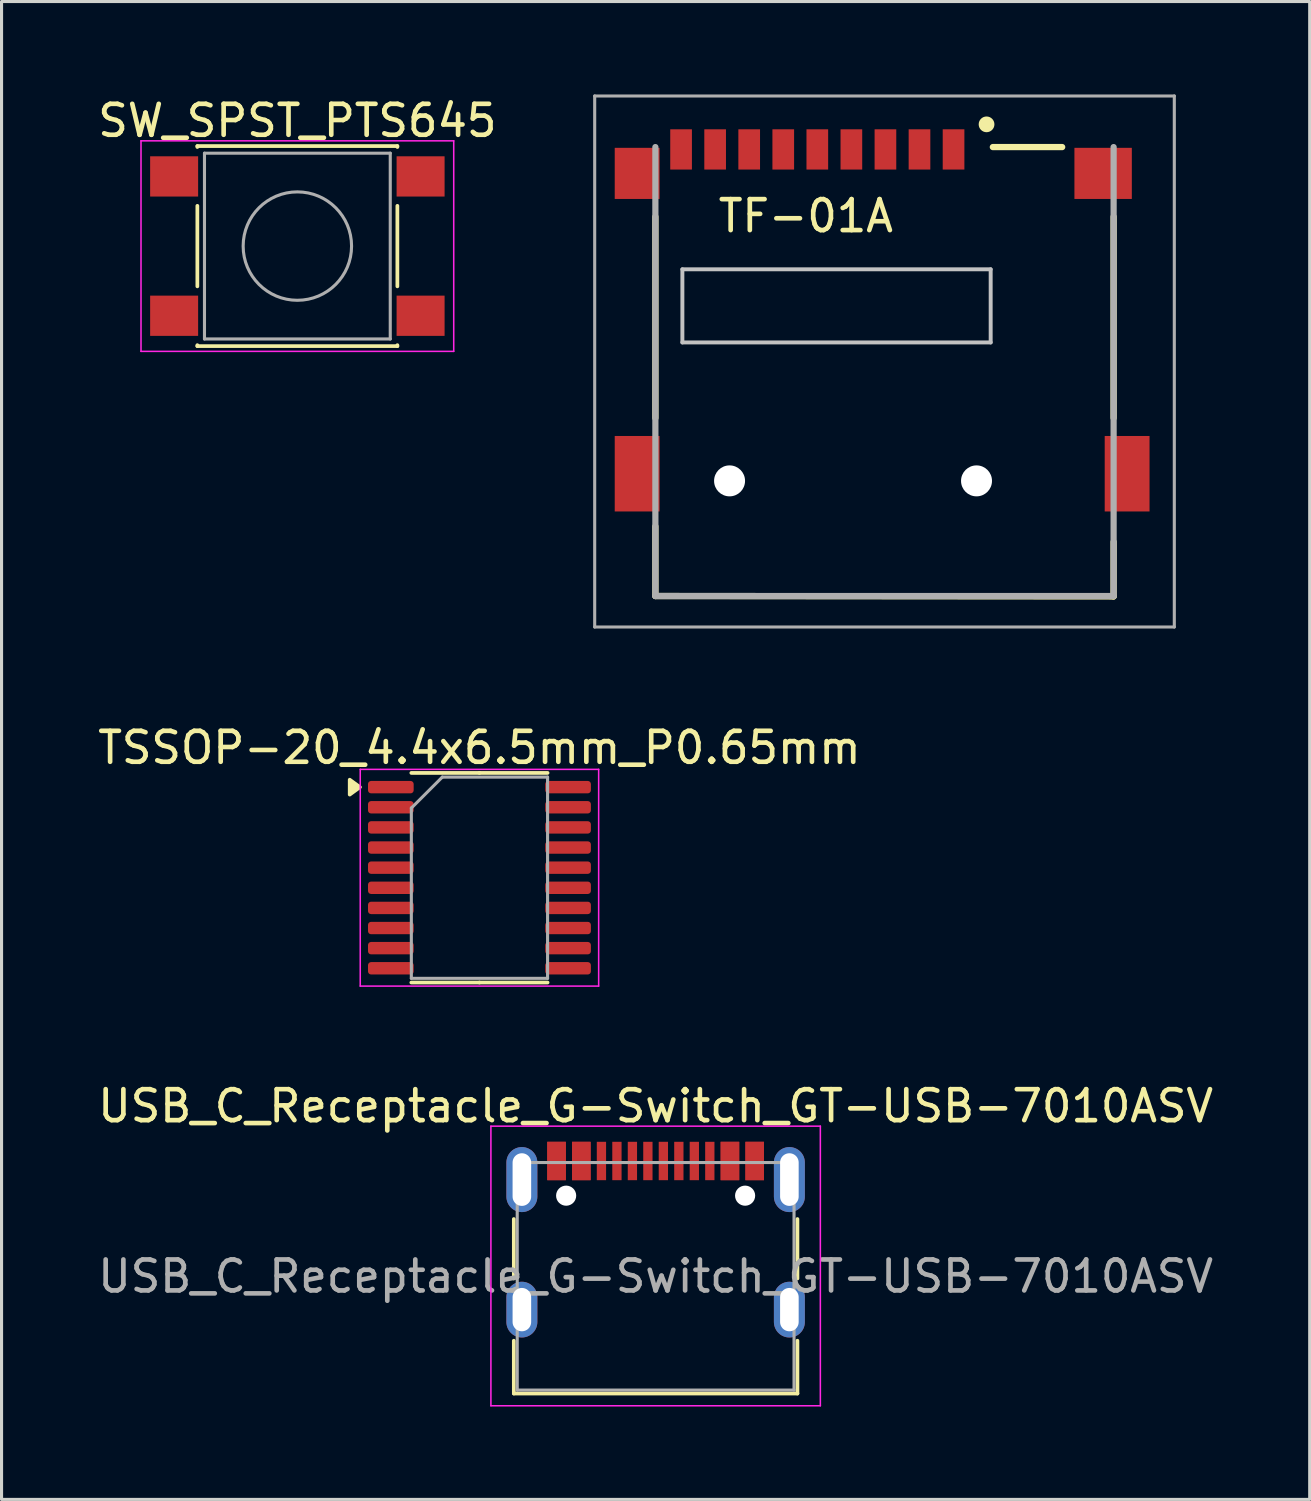
<source format=kicad_pcb>
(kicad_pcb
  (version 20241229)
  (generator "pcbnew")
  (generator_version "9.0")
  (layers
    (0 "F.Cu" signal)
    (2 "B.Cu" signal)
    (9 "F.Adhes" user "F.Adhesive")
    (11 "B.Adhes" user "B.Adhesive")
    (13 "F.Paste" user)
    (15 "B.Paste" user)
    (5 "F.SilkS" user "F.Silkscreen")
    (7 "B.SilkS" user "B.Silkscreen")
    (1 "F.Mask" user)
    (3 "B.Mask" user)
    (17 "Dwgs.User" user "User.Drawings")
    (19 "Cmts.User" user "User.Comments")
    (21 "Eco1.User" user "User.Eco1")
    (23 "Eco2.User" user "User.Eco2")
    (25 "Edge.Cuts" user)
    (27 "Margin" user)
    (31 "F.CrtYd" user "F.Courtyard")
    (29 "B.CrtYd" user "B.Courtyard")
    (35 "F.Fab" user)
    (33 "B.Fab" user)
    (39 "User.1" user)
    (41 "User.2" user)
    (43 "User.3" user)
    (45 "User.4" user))
  (footprint "TF-01A"
    (layer "F.Cu")
    (at 25.517 8.95)
    (property "Reference" "TF-01A" (at -2.54 -5.024 0) (layer "F.SilkS") (effects (font (size 1 1) (thickness 0.15))))
    (attr smd)
    (fp_line (start -7.4 -5) (end -7.4 1.5) (stroke (width 0.203) (type solid)) (layer "F.SilkS"))
    (fp_line (start -7.4 5) (end -7.399 7.25) (stroke (width 0.203) (type solid)) (layer "F.SilkS"))
    (fp_line (start -7.399 7.25) (end 7.399 7.263) (stroke (width 0.203) (type solid)) (layer "F.SilkS"))
    (fp_line (start 3.5 -7.25) (end 5.738 -7.25) (stroke (width 0.203) (type solid)) (layer "F.SilkS"))
    (fp_line (start 7.399 7.263) (end 7.4 5.5) (stroke (width 0.203) (type solid)) (layer "F.SilkS"))
    (fp_line (start 7.4 1.5) (end 7.4 -5) (stroke (width 0.203) (type solid)) (layer "F.SilkS"))
    (fp_circle (center 3.296 -7.984) (end 3.55 -7.984) (stroke (width 0) (type solid)) (fill yes) (layer "F.SilkS"))
    (fp_line (start -6.528 -3.302) (end -6.528 -0.94) (stroke (width 0.127) (type solid)) (layer "Dwgs.User"))
    (fp_line (start -6.528 -0.94) (end 3.429 -0.94) (stroke (width 0.127) (type solid)) (layer "Dwgs.User"))
    (fp_line (start 3.429 -3.302) (end -6.528 -3.302) (stroke (width 0.127) (type solid)) (layer "Dwgs.User"))
    (fp_line (start 3.429 -0.94) (end 3.429 -3.302) (stroke (width 0.127) (type solid)) (layer "Dwgs.User"))
    (fp_line (start -9.36 -8.9) (end 9.36 -8.9) (stroke (width 0.1) (type solid)) (layer "F.Fab"))
    (fp_line (start -9.36 8.25) (end -9.36 -8.9) (stroke (width 0.1) (type solid)) (layer "F.Fab"))
    (fp_line (start -7.4 7.25) (end -7.4 -7.25) (stroke (width 0.2) (type solid)) (layer "F.Fab"))
    (fp_line (start 7.4 -7.25) (end 7.4 7.25) (stroke (width 0.2) (type solid)) (layer "F.Fab"))
    (fp_line (start 7.4 7.25) (end -7.4 7.25) (stroke (width 0.2) (type solid)) (layer "F.Fab"))
    (fp_line (start 9.36 -8.9) (end 9.36 8.25) (stroke (width 0.1) (type solid)) (layer "F.Fab"))
    (fp_line (start 9.36 8.25) (end -9.36 8.25) (stroke (width 0.1) (type solid)) (layer "F.Fab"))
    (pad "" np_thru_hole circle (at -5.004 3.531) (size 1 1) (drill 1) (layers "*.Cu" "*.Mask"))
    (pad "" np_thru_hole circle (at 2.972 3.531) (size 1 1) (drill 1) (layers "*.Cu" "*.Mask"))
    (pad "1" smd rect (at 2.23 -7.174 90) (size 1.3 0.7) (layers "F.Cu" "F.Mask" "F.Paste"))
    (pad "2" smd rect (at 1.13 -7.174 90) (size 1.3 0.7) (layers "F.Cu" "F.Mask" "F.Paste"))
    (pad "3" smd rect (at 0.03 -7.174 90) (size 1.3 0.7) (layers "F.Cu" "F.Mask" "F.Paste"))
    (pad "4" smd rect (at -1.07 -7.174 90) (size 1.3 0.7) (layers "F.Cu" "F.Mask" "F.Paste"))
    (pad "5" smd rect (at -2.17 -7.174 90) (size 1.3 0.7) (layers "F.Cu" "F.Mask" "F.Paste"))
    (pad "6" smd rect (at -3.27 -7.174 90) (size 1.3 0.7) (layers "F.Cu" "F.Mask" "F.Paste"))
    (pad "7" smd rect (at -4.37 -7.174 90) (size 1.3 0.7) (layers "F.Cu" "F.Mask" "F.Paste"))
    (pad "8" smd rect (at -5.47 -7.174 90) (size 1.3 0.7) (layers "F.Cu" "F.Mask" "F.Paste"))
    (pad "CD1" smd rect (at -6.57 -7.174 90) (size 1.3 0.7) (layers "F.Cu" "F.Mask" "F.Paste"))
    (pad "MP1" smd rect (at -7.989 -6.4 90) (size 1.651 1.448) (layers "F.Cu" "F.Mask" "F.Paste"))
    (pad "MP2" smd rect (at -7.989 3.3 90) (size 2.438 1.448) (layers "F.Cu" "F.Mask" "F.Paste"))
    (pad "MP3" smd rect (at 7.836 3.3 90) (size 2.438 1.448) (layers "F.Cu" "F.Mask" "F.Paste"))
    (pad "MP4" smd rect (at 7.061 -6.4 90) (size 1.651 1.854) (layers "F.Cu" "F.Mask" "F.Paste")))
  (footprint "SW_SPST_PTS645"
    (layer "F.Cu")
    (at 6.554 4.898)
    (property "Reference" "SW_SPST_PTS645" (at 0 -4.05 0) (layer "F.SilkS") (effects (font (size 1 1) (thickness 0.15))))
    (attr smd)
    (fp_line (start -3.23 -3.23) (end 3.23 -3.23) (stroke (width 0.12) (type solid)) (layer "F.SilkS"))
    (fp_line (start -3.23 -3.2) (end -3.23 -3.23) (stroke (width 0.12) (type solid)) (layer "F.SilkS"))
    (fp_line (start -3.23 -1.3) (end -3.23 1.3) (stroke (width 0.12) (type solid)) (layer "F.SilkS"))
    (fp_line (start -3.23 3.23) (end -3.23 3.2) (stroke (width 0.12) (type solid)) (layer "F.SilkS"))
    (fp_line (start -3.23 3.23) (end 3.23 3.23) (stroke (width 0.12) (type solid)) (layer "F.SilkS"))
    (fp_line (start 3.23 -3.23) (end 3.23 -3.2) (stroke (width 0.12) (type solid)) (layer "F.SilkS"))
    (fp_line (start 3.23 -1.3) (end 3.23 1.3) (stroke (width 0.12) (type solid)) (layer "F.SilkS"))
    (fp_line (start 3.23 3.23) (end 3.23 3.2) (stroke (width 0.12) (type solid)) (layer "F.SilkS"))
    (fp_line (start -5.05 -3.4) (end -5.05 3.4) (stroke (width 0.05) (type solid)) (layer "F.CrtYd"))
    (fp_line (start -5.05 -3.4) (end 5.05 -3.4) (stroke (width 0.05) (type solid)) (layer "F.CrtYd"))
    (fp_line (start -5.05 3.4) (end 5.05 3.4) (stroke (width 0.05) (type solid)) (layer "F.CrtYd"))
    (fp_line (start 5.05 3.4) (end 5.05 -3.4) (stroke (width 0.05) (type solid)) (layer "F.CrtYd"))
    (fp_line (start -3 -3) (end -3 3) (stroke (width 0.1) (type solid)) (layer "F.Fab"))
    (fp_line (start -3 3) (end 3 3) (stroke (width 0.1) (type solid)) (layer "F.Fab"))
    (fp_line (start 3 -3) (end -3 -3) (stroke (width 0.1) (type solid)) (layer "F.Fab"))
    (fp_line (start 3 3) (end 3 -3) (stroke (width 0.1) (type solid)) (layer "F.Fab"))
    (fp_circle (center 0 0) (end 1.75 -0.05) (stroke (width 0.1) (type solid)) (fill no) (layer "F.Fab"))
    (pad "1" smd rect (at -3.98 -2.25 180) (size 1.55 1.3) (layers "F.Cu" "F.Mask" "F.Paste"))
    (pad "1" smd rect (at 3.98 -2.25 180) (size 1.55 1.3) (layers "F.Cu" "F.Mask" "F.Paste"))
    (pad "2" smd rect (at -3.98 2.25 180) (size 1.55 1.3) (layers "F.Cu" "F.Mask" "F.Paste"))
    (pad "2" smd rect (at 3.98 2.25 180) (size 1.55 1.3) (layers "F.Cu" "F.Mask" "F.Paste")))
  (footprint "TSSOP-20_4.4x6.5mm_P0.65mm"
    (layer "F.Cu")
    (at 12.435 25.298)
    (property "Reference" "TSSOP-20_4.4x6.5mm_P0.65mm" (at 0 -4.2 0) (layer "F.SilkS") (effects (font (size 1 1) (thickness 0.15))))
    (attr smd)
    (fp_line (start 0 -3.385) (end -2.2 -3.385) (stroke (width 0.12) (type solid)) (layer "F.SilkS"))
    (fp_line (start 0 -3.385) (end 2.2 -3.385) (stroke (width 0.12) (type solid)) (layer "F.SilkS"))
    (fp_line (start 0 3.385) (end -2.2 3.385) (stroke (width 0.12) (type solid)) (layer "F.SilkS"))
    (fp_line (start 0 3.385) (end 2.2 3.385) (stroke (width 0.12) (type solid)) (layer "F.SilkS"))
    (fp_poly (pts (xy -3.86 -2.925) (xy -4.19 -3.165) (xy -4.19 -2.685) (xy -3.86 -2.925)) (stroke (width 0.12) (type solid)) (fill yes) (layer "F.SilkS"))
    (fp_line (start -3.85 -3.5) (end -3.85 3.5) (stroke (width 0.05) (type solid)) (layer "F.CrtYd"))
    (fp_line (start -3.85 3.5) (end 3.85 3.5) (stroke (width 0.05) (type solid)) (layer "F.CrtYd"))
    (fp_line (start 3.85 -3.5) (end -3.85 -3.5) (stroke (width 0.05) (type solid)) (layer "F.CrtYd"))
    (fp_line (start 3.85 3.5) (end 3.85 -3.5) (stroke (width 0.05) (type solid)) (layer "F.CrtYd"))
    (fp_line (start -2.2 -2.25) (end -1.2 -3.25) (stroke (width 0.1) (type solid)) (layer "F.Fab"))
    (fp_line (start -2.2 3.25) (end -2.2 -2.25) (stroke (width 0.1) (type solid)) (layer "F.Fab"))
    (fp_line (start -1.2 -3.25) (end 2.2 -3.25) (stroke (width 0.1) (type solid)) (layer "F.Fab"))
    (fp_line (start 2.2 -3.25) (end 2.2 3.25) (stroke (width 0.1) (type solid)) (layer "F.Fab"))
    (fp_line (start 2.2 3.25) (end -2.2 3.25) (stroke (width 0.1) (type solid)) (layer "F.Fab"))
    (pad "1" smd roundrect (at -2.862 -2.925) (size 1.475 0.4) (layers "F.Cu" "F.Mask" "F.Paste") (roundrect_rratio 0.25))
    (pad "2" smd roundrect (at -2.862 -2.275) (size 1.475 0.4) (layers "F.Cu" "F.Mask" "F.Paste") (roundrect_rratio 0.25))
    (pad "3" smd roundrect (at -2.862 -1.625) (size 1.475 0.4) (layers "F.Cu" "F.Mask" "F.Paste") (roundrect_rratio 0.25))
    (pad "4" smd roundrect (at -2.862 -0.975) (size 1.475 0.4) (layers "F.Cu" "F.Mask" "F.Paste") (roundrect_rratio 0.25))
    (pad "5" smd roundrect (at -2.862 -0.325) (size 1.475 0.4) (layers "F.Cu" "F.Mask" "F.Paste") (roundrect_rratio 0.25))
    (pad "6" smd roundrect (at -2.862 0.325) (size 1.475 0.4) (layers "F.Cu" "F.Mask" "F.Paste") (roundrect_rratio 0.25))
    (pad "7" smd roundrect (at -2.862 0.975) (size 1.475 0.4) (layers "F.Cu" "F.Mask" "F.Paste") (roundrect_rratio 0.25))
    (pad "8" smd roundrect (at -2.862 1.625) (size 1.475 0.4) (layers "F.Cu" "F.Mask" "F.Paste") (roundrect_rratio 0.25))
    (pad "9" smd roundrect (at -2.862 2.275) (size 1.475 0.4) (layers "F.Cu" "F.Mask" "F.Paste") (roundrect_rratio 0.25))
    (pad "10" smd roundrect (at -2.862 2.925) (size 1.475 0.4) (layers "F.Cu" "F.Mask" "F.Paste") (roundrect_rratio 0.25))
    (pad "11" smd roundrect (at 2.862 2.925) (size 1.475 0.4) (layers "F.Cu" "F.Mask" "F.Paste") (roundrect_rratio 0.25))
    (pad "12" smd roundrect (at 2.862 2.275) (size 1.475 0.4) (layers "F.Cu" "F.Mask" "F.Paste") (roundrect_rratio 0.25))
    (pad "13" smd roundrect (at 2.862 1.625) (size 1.475 0.4) (layers "F.Cu" "F.Mask" "F.Paste") (roundrect_rratio 0.25))
    (pad "14" smd roundrect (at 2.862 0.975) (size 1.475 0.4) (layers "F.Cu" "F.Mask" "F.Paste") (roundrect_rratio 0.25))
    (pad "15" smd roundrect (at 2.862 0.325) (size 1.475 0.4) (layers "F.Cu" "F.Mask" "F.Paste") (roundrect_rratio 0.25))
    (pad "16" smd roundrect (at 2.862 -0.325) (size 1.475 0.4) (layers "F.Cu" "F.Mask" "F.Paste") (roundrect_rratio 0.25))
    (pad "17" smd roundrect (at 2.862 -0.975) (size 1.475 0.4) (layers "F.Cu" "F.Mask" "F.Paste") (roundrect_rratio 0.25))
    (pad "18" smd roundrect (at 2.862 -1.625) (size 1.475 0.4) (layers "F.Cu" "F.Mask" "F.Paste") (roundrect_rratio 0.25))
    (pad "19" smd roundrect (at 2.862 -2.275) (size 1.475 0.4) (layers "F.Cu" "F.Mask" "F.Paste") (roundrect_rratio 0.25))
    (pad "20" smd roundrect (at 2.862 -2.925) (size 1.475 0.4) (layers "F.Cu" "F.Mask" "F.Paste") (roundrect_rratio 0.25)))
  (footprint "USB_C_Receptacle_G-Switch_GT-USB-7010ASV"
    (layer "F.Cu")
    (at 18.125 38.172)
    (property "Reference" "USB_C_Receptacle_G-Switch_GT-USB-7010ASV" (at 0 -5.5 0) (layer "F.SilkS") (effects (font (size 1 1) (thickness 0.15))))
    (attr smd)
    (fp_line (start -4.58 -1.85) (end -4.58 0.07) (stroke (width 0.12) (type solid)) (layer "F.SilkS"))
    (fp_line (start -4.58 3.785) (end -4.58 2.08) (stroke (width 0.12) (type solid)) (layer "F.SilkS"))
    (fp_line (start 4.58 0.07) (end 4.58 -1.85) (stroke (width 0.12) (type solid)) (layer "F.SilkS"))
    (fp_line (start 4.58 2.08) (end 4.58 3.785) (stroke (width 0.12) (type solid)) (layer "F.SilkS"))
    (fp_line (start 4.58 3.785) (end -4.58 3.785) (stroke (width 0.12) (type solid)) (layer "F.SilkS"))
    (fp_line (start -5.32 -4.85) (end 5.32 -4.85) (stroke (width 0.05) (type solid)) (layer "F.CrtYd"))
    (fp_line (start -5.32 4.18) (end -5.32 -4.85) (stroke (width 0.05) (type solid)) (layer "F.CrtYd"))
    (fp_line (start 5.32 -4.85) (end 5.32 4.18) (stroke (width 0.05) (type solid)) (layer "F.CrtYd"))
    (fp_line (start 5.32 4.18) (end -5.32 4.18) (stroke (width 0.05) (type solid)) (layer "F.CrtYd"))
    (fp_line (start -4.47 -3.675) (end -4.47 3.675) (stroke (width 0.1) (type solid)) (layer "F.Fab"))
    (fp_line (start -4.47 -3.675) (end 4.47 -3.675) (stroke (width 0.1) (type solid)) (layer "F.Fab"))
    (fp_line (start -4.47 3.675) (end 4.47 3.675) (stroke (width 0.1) (type solid)) (layer "F.Fab"))
    (fp_line (start 4.47 3.675) (end 4.47 -3.675) (stroke (width 0.1) (type solid)) (layer "F.Fab"))
    (fp_text user "${REFERENCE}" (at 0 0 0) (layer "F.Fab") (effects (font (size 1 1) (thickness 0.15))))
    (pad "" np_thru_hole circle (at -2.89 -2.605) (size 0.65 0.65) (drill 0.65) (layers "*.Cu" "*.Mask"))
    (pad "" np_thru_hole circle (at 2.89 -2.605) (size 0.65 0.65) (drill 0.65) (layers "*.Cu" "*.Mask"))
    (pad "A1" smd rect (at -3.2 -3.725) (size 0.6 1.24) (layers "F.Cu" "F.Mask" "F.Paste"))
    (pad "A4" smd rect (at -2.4 -3.725) (size 0.6 1.24) (layers "F.Cu" "F.Mask" "F.Paste"))
    (pad "A5" smd rect (at -1.25 -3.725) (size 0.3 1.24) (layers "F.Cu" "F.Mask" "F.Paste"))
    (pad "A6" smd rect (at -0.25 -3.725) (size 0.3 1.24) (layers "F.Cu" "F.Mask" "F.Paste"))
    (pad "A7" smd rect (at 0.25 -3.725) (size 0.3 1.24) (layers "F.Cu" "F.Mask" "F.Paste"))
    (pad "A8" smd rect (at 1.25 -3.725) (size 0.3 1.24) (layers "F.Cu" "F.Mask" "F.Paste"))
    (pad "A9" smd rect (at 2.4 -3.725) (size 0.6 1.24) (layers "F.Cu" "F.Mask" "F.Paste"))
    (pad "A12" smd rect (at 3.2 -3.725) (size 0.6 1.24) (layers "F.Cu" "F.Mask" "F.Paste"))
    (pad "B1" smd rect (at 3.2 -3.725) (size 0.6 1.24) (layers "F.Cu" "F.Mask" "F.Paste"))
    (pad "B4" smd rect (at 2.4 -3.725) (size 0.6 1.24) (layers "F.Cu" "F.Mask" "F.Paste"))
    (pad "B5" smd rect (at 1.75 -3.725) (size 0.3 1.24) (layers "F.Cu" "F.Mask" "F.Paste"))
    (pad "B6" smd rect (at 0.75 -3.725) (size 0.3 1.24) (layers "F.Cu" "F.Mask" "F.Paste"))
    (pad "B7" smd rect (at -0.75 -3.725) (size 0.3 1.24) (layers "F.Cu" "F.Mask" "F.Paste"))
    (pad "B8" smd rect (at -1.75 -3.725) (size 0.3 1.24) (layers "F.Cu" "F.Mask" "F.Paste"))
    (pad "B9" smd rect (at -2.4 -3.725) (size 0.6 1.24) (layers "F.Cu" "F.Mask" "F.Paste"))
    (pad "B12" smd rect (at -3.2 -3.725) (size 0.6 1.24) (layers "F.Cu" "F.Mask" "F.Paste"))
    (pad "S1" thru_hole oval (at -4.32 -3.125) (size 1 2.1) (drill oval 0.6 1.7) (property pad_prop_heatsink) (layers "*.Cu" "*.Mask"))
    (pad "S1" thru_hole oval (at -4.32 1.075) (size 1 1.8) (drill oval 0.6 1.4) (property pad_prop_heatsink) (layers "*.Cu" "*.Mask"))
    (pad "S1" thru_hole oval (at 4.32 -3.125) (size 1 2.1) (drill oval 0.6 1.7) (property pad_prop_heatsink) (layers "*.Cu" "*.Mask"))
    (pad "S1" thru_hole oval (at 4.32 1.075) (size 1 1.8) (drill oval 0.6 1.4) (property pad_prop_heatsink) (layers "*.Cu" "*.Mask")))
  (gr_rect
    (start -3 -3)
    (end 39.25 45.377)
    (stroke (width 0.1) (type default))
    (fill no)
    (layer "Edge.Cuts")))
</source>
